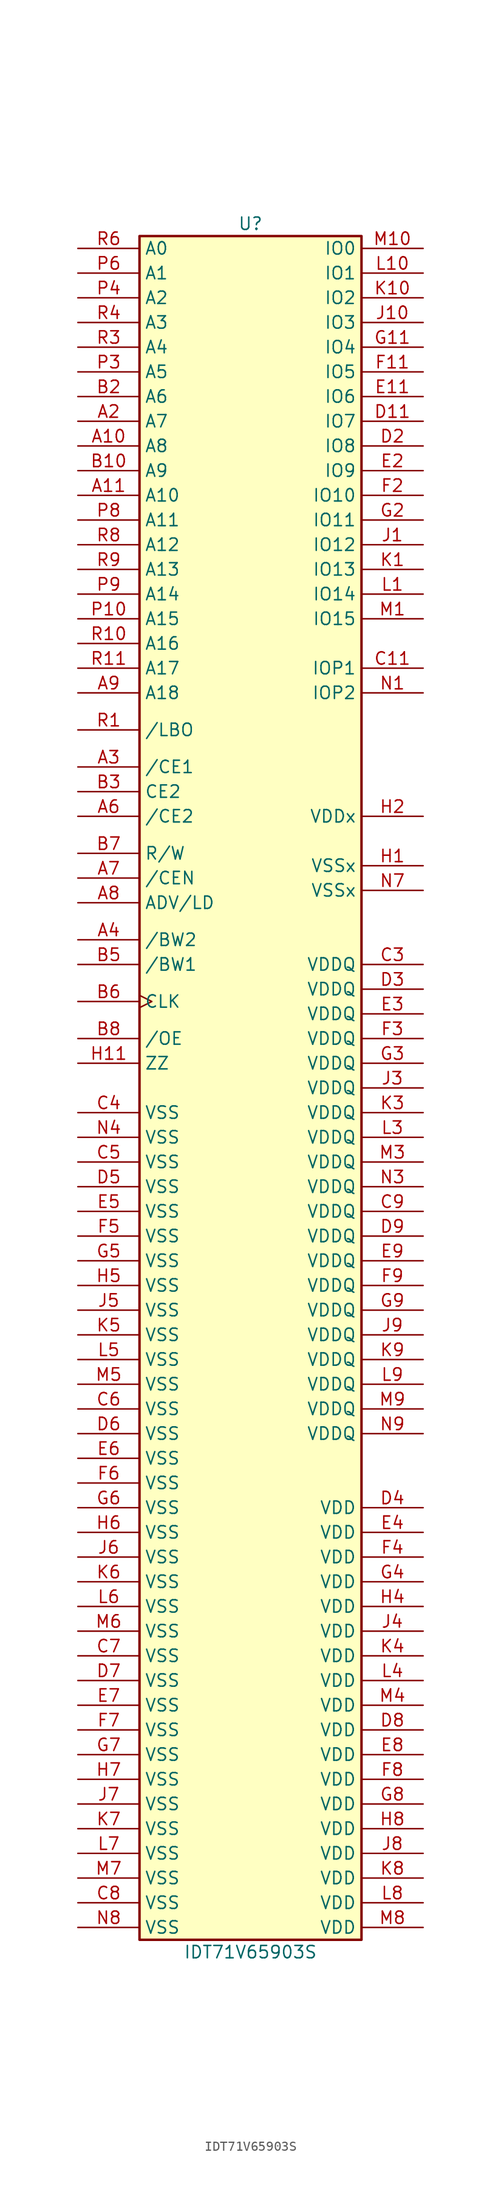
<source format=kicad_sym>
(kicad_symbol_lib
  (version 20211014)
  (generator kicad_symbol_editor)
  (symbol "IDT71V65903S"
    (property "Reference" "U"
      (at 0 88.9 0)
      (effects (font (size 1.27 1.27))))
    (property "Value" "IDT71V65903S"
      (at 0 -88.9 0)
      (effects (font (size 1.27 1.27))))
    (symbol "IDT71V65903S_0_1"
      (rectangle (start -11.43 87.63) (end 11.43 -87.63) (stroke (width 0.254) (type default) (color 0 0 0 0)) (fill (type background))))
    (symbol "IDT71V65903S_1_1"
      (pin input line (at -17.78 66.04 0) (length 6.35) (name "A8" (effects (font (size 1.27 1.27)))) (number "A10" (effects (font (size 1.27 1.27)))))
      (pin input line (at -17.78 60.96 0) (length 6.35) (name "A10" (effects (font (size 1.27 1.27)))) (number "A11" (effects (font (size 1.27 1.27)))))
      (pin input line (at -17.78 68.58 0) (length 6.35) (name "A7" (effects (font (size 1.27 1.27)))) (number "A2" (effects (font (size 1.27 1.27)))))
      (pin input line (at -17.78 33.02 0) (length 6.35) (name "/CE1" (effects (font (size 1.27 1.27)))) (number "A3" (effects (font (size 1.27 1.27)))))
      (pin input line (at -17.78 15.24 0) (length 6.35) (name "/BW2" (effects (font (size 1.27 1.27)))) (number "A4" (effects (font (size 1.27 1.27)))))
      (pin input line (at -17.78 27.94 0) (length 6.35) (name "/CE2" (effects (font (size 1.27 1.27)))) (number "A6" (effects (font (size 1.27 1.27)))))
      (pin input line (at -17.78 21.59 0) (length 6.35) (name "/CEN" (effects (font (size 1.27 1.27)))) (number "A7" (effects (font (size 1.27 1.27)))))
      (pin input line (at -17.78 19.05 0) (length 6.35) (name "ADV/LD" (effects (font (size 1.27 1.27)))) (number "A8" (effects (font (size 1.27 1.27)))))
      (pin input line (at -17.78 40.64 0) (length 6.35) (name "A18" (effects (font (size 1.27 1.27)))) (number "A9" (effects (font (size 1.27 1.27)))))
      (pin input line (at -17.78 63.5 0) (length 6.35) (name "A9" (effects (font (size 1.27 1.27)))) (number "B10" (effects (font (size 1.27 1.27)))))
      (pin input line (at -17.78 71.12 0) (length 6.35) (name "A6" (effects (font (size 1.27 1.27)))) (number "B2" (effects (font (size 1.27 1.27)))))
      (pin input line (at -17.78 30.48 0) (length 6.35) (name "CE2" (effects (font (size 1.27 1.27)))) (number "B3" (effects (font (size 1.27 1.27)))))
      (pin input line (at -17.78 12.7 0) (length 6.35) (name "/BW1" (effects (font (size 1.27 1.27)))) (number "B5" (effects (font (size 1.27 1.27)))))
      (pin input clock (at -17.78 8.89 0) (length 6.35) (name "CLK" (effects (font (size 1.27 1.27)))) (number "B6" (effects (font (size 1.27 1.27)))))
      (pin input line (at -17.78 24.13 0) (length 6.35) (name "R/W" (effects (font (size 1.27 1.27)))) (number "B7" (effects (font (size 1.27 1.27)))))
      (pin input line (at -17.78 5.08 0) (length 6.35) (name "/OE" (effects (font (size 1.27 1.27)))) (number "B8" (effects (font (size 1.27 1.27)))))
      (pin bidirectional line (at 17.78 43.18 180) (length 6.35) (name "IOP1" (effects (font (size 1.27 1.27)))) (number "C11" (effects (font (size 1.27 1.27)))))
      (pin power_in line (at 17.78 12.7 180) (length 6.35) (name "VDDQ" (effects (font (size 1.27 1.27)))) (number "C3" (effects (font (size 1.27 1.27)))))
      (pin passive line (at -17.78 -2.54 0) (length 6.35) (name "VSS" (effects (font (size 1.27 1.27)))) (number "C4" (effects (font (size 1.27 1.27)))))
      (pin passive line (at -17.78 -7.62 0) (length 6.35) (name "VSS" (effects (font (size 1.27 1.27)))) (number "C5" (effects (font (size 1.27 1.27)))))
      (pin passive line (at -17.78 -33.02 0) (length 6.35) (name "VSS" (effects (font (size 1.27 1.27)))) (number "C6" (effects (font (size 1.27 1.27)))))
      (pin passive line (at -17.78 -58.42 0) (length 6.35) (name "VSS" (effects (font (size 1.27 1.27)))) (number "C7" (effects (font (size 1.27 1.27)))))
      (pin passive line (at -17.78 -83.82 0) (length 6.35) (name "VSS" (effects (font (size 1.27 1.27)))) (number "C8" (effects (font (size 1.27 1.27)))))
      (pin passive line (at 17.78 -12.7 180) (length 6.35) (name "VDDQ" (effects (font (size 1.27 1.27)))) (number "C9" (effects (font (size 1.27 1.27)))))
      (pin bidirectional line (at 17.78 68.58 180) (length 6.35) (name "IO7" (effects (font (size 1.27 1.27)))) (number "D11" (effects (font (size 1.27 1.27)))))
      (pin bidirectional line (at 17.78 66.04 180) (length 6.35) (name "IO8" (effects (font (size 1.27 1.27)))) (number "D2" (effects (font (size 1.27 1.27)))))
      (pin passive line (at 17.78 10.16 180) (length 6.35) (name "VDDQ" (effects (font (size 1.27 1.27)))) (number "D3" (effects (font (size 1.27 1.27)))))
      (pin passive line (at 17.78 -43.18 180) (length 6.35) (name "VDD" (effects (font (size 1.27 1.27)))) (number "D4" (effects (font (size 1.27 1.27)))))
      (pin passive line (at -17.78 -10.16 0) (length 6.35) (name "VSS" (effects (font (size 1.27 1.27)))) (number "D5" (effects (font (size 1.27 1.27)))))
      (pin passive line (at -17.78 -35.56 0) (length 6.35) (name "VSS" (effects (font (size 1.27 1.27)))) (number "D6" (effects (font (size 1.27 1.27)))))
      (pin passive line (at -17.78 -60.96 0) (length 6.35) (name "VSS" (effects (font (size 1.27 1.27)))) (number "D7" (effects (font (size 1.27 1.27)))))
      (pin passive line (at 17.78 -66.04 180) (length 6.35) (name "VDD" (effects (font (size 1.27 1.27)))) (number "D8" (effects (font (size 1.27 1.27)))))
      (pin passive line (at 17.78 -15.24 180) (length 6.35) (name "VDDQ" (effects (font (size 1.27 1.27)))) (number "D9" (effects (font (size 1.27 1.27)))))
      (pin bidirectional line (at 17.78 71.12 180) (length 6.35) (name "IO6" (effects (font (size 1.27 1.27)))) (number "E11" (effects (font (size 1.27 1.27)))))
      (pin bidirectional line (at 17.78 63.5 180) (length 6.35) (name "IO9" (effects (font (size 1.27 1.27)))) (number "E2" (effects (font (size 1.27 1.27)))))
      (pin passive line (at 17.78 7.62 180) (length 6.35) (name "VDDQ" (effects (font (size 1.27 1.27)))) (number "E3" (effects (font (size 1.27 1.27)))))
      (pin passive line (at 17.78 -45.72 180) (length 6.35) (name "VDD" (effects (font (size 1.27 1.27)))) (number "E4" (effects (font (size 1.27 1.27)))))
      (pin passive line (at -17.78 -12.7 0) (length 6.35) (name "VSS" (effects (font (size 1.27 1.27)))) (number "E5" (effects (font (size 1.27 1.27)))))
      (pin passive line (at -17.78 -38.1 0) (length 6.35) (name "VSS" (effects (font (size 1.27 1.27)))) (number "E6" (effects (font (size 1.27 1.27)))))
      (pin passive line (at -17.78 -63.5 0) (length 6.35) (name "VSS" (effects (font (size 1.27 1.27)))) (number "E7" (effects (font (size 1.27 1.27)))))
      (pin passive line (at 17.78 -68.58 180) (length 6.35) (name "VDD" (effects (font (size 1.27 1.27)))) (number "E8" (effects (font (size 1.27 1.27)))))
      (pin passive line (at 17.78 -17.78 180) (length 6.35) (name "VDDQ" (effects (font (size 1.27 1.27)))) (number "E9" (effects (font (size 1.27 1.27)))))
      (pin bidirectional line (at 17.78 73.66 180) (length 6.35) (name "IO5" (effects (font (size 1.27 1.27)))) (number "F11" (effects (font (size 1.27 1.27)))))
      (pin bidirectional line (at 17.78 60.96 180) (length 6.35) (name "IO10" (effects (font (size 1.27 1.27)))) (number "F2" (effects (font (size 1.27 1.27)))))
      (pin passive line (at 17.78 5.08 180) (length 6.35) (name "VDDQ" (effects (font (size 1.27 1.27)))) (number "F3" (effects (font (size 1.27 1.27)))))
      (pin passive line (at 17.78 -48.26 180) (length 6.35) (name "VDD" (effects (font (size 1.27 1.27)))) (number "F4" (effects (font (size 1.27 1.27)))))
      (pin passive line (at -17.78 -15.24 0) (length 6.35) (name "VSS" (effects (font (size 1.27 1.27)))) (number "F5" (effects (font (size 1.27 1.27)))))
      (pin passive line (at -17.78 -40.64 0) (length 6.35) (name "VSS" (effects (font (size 1.27 1.27)))) (number "F6" (effects (font (size 1.27 1.27)))))
      (pin passive line (at -17.78 -66.04 0) (length 6.35) (name "VSS" (effects (font (size 1.27 1.27)))) (number "F7" (effects (font (size 1.27 1.27)))))
      (pin passive line (at 17.78 -71.12 180) (length 6.35) (name "VDD" (effects (font (size 1.27 1.27)))) (number "F8" (effects (font (size 1.27 1.27)))))
      (pin passive line (at 17.78 -20.32 180) (length 6.35) (name "VDDQ" (effects (font (size 1.27 1.27)))) (number "F9" (effects (font (size 1.27 1.27)))))
      (pin bidirectional line (at 17.78 76.2 180) (length 6.35) (name "IO4" (effects (font (size 1.27 1.27)))) (number "G11" (effects (font (size 1.27 1.27)))))
      (pin bidirectional line (at 17.78 58.42 180) (length 6.35) (name "IO11" (effects (font (size 1.27 1.27)))) (number "G2" (effects (font (size 1.27 1.27)))))
      (pin passive line (at 17.78 2.54 180) (length 6.35) (name "VDDQ" (effects (font (size 1.27 1.27)))) (number "G3" (effects (font (size 1.27 1.27)))))
      (pin passive line (at 17.78 -50.8 180) (length 6.35) (name "VDD" (effects (font (size 1.27 1.27)))) (number "G4" (effects (font (size 1.27 1.27)))))
      (pin passive line (at -17.78 -17.78 0) (length 6.35) (name "VSS" (effects (font (size 1.27 1.27)))) (number "G5" (effects (font (size 1.27 1.27)))))
      (pin passive line (at -17.78 -43.18 0) (length 6.35) (name "VSS" (effects (font (size 1.27 1.27)))) (number "G6" (effects (font (size 1.27 1.27)))))
      (pin passive line (at -17.78 -68.58 0) (length 6.35) (name "VSS" (effects (font (size 1.27 1.27)))) (number "G7" (effects (font (size 1.27 1.27)))))
      (pin passive line (at 17.78 -73.66 180) (length 6.35) (name "VDD" (effects (font (size 1.27 1.27)))) (number "G8" (effects (font (size 1.27 1.27)))))
      (pin passive line (at 17.78 -22.86 180) (length 6.35) (name "VDDQ" (effects (font (size 1.27 1.27)))) (number "G9" (effects (font (size 1.27 1.27)))))
      (pin passive line (at 17.78 22.86 180) (length 6.35) (name "VSSx" (effects (font (size 1.27 1.27)))) (number "H1" (effects (font (size 1.27 1.27)))))
      (pin input line (at -17.78 2.54 0) (length 6.35) (name "ZZ" (effects (font (size 1.27 1.27)))) (number "H11" (effects (font (size 1.27 1.27)))))
      (pin passive line (at 17.78 27.94 180) (length 6.35) (name "VDDx" (effects (font (size 1.27 1.27)))) (number "H2" (effects (font (size 1.27 1.27)))))
      (pin passive line (at 17.78 -53.34 180) (length 6.35) (name "VDD" (effects (font (size 1.27 1.27)))) (number "H4" (effects (font (size 1.27 1.27)))))
      (pin passive line (at -17.78 -20.32 0) (length 6.35) (name "VSS" (effects (font (size 1.27 1.27)))) (number "H5" (effects (font (size 1.27 1.27)))))
      (pin passive line (at -17.78 -45.72 0) (length 6.35) (name "VSS" (effects (font (size 1.27 1.27)))) (number "H6" (effects (font (size 1.27 1.27)))))
      (pin passive line (at -17.78 -71.12 0) (length 6.35) (name "VSS" (effects (font (size 1.27 1.27)))) (number "H7" (effects (font (size 1.27 1.27)))))
      (pin passive line (at 17.78 -76.2 180) (length 6.35) (name "VDD" (effects (font (size 1.27 1.27)))) (number "H8" (effects (font (size 1.27 1.27)))))
      (pin bidirectional line (at 17.78 55.88 180) (length 6.35) (name "IO12" (effects (font (size 1.27 1.27)))) (number "J1" (effects (font (size 1.27 1.27)))))
      (pin bidirectional line (at 17.78 78.74 180) (length 6.35) (name "IO3" (effects (font (size 1.27 1.27)))) (number "J10" (effects (font (size 1.27 1.27)))))
      (pin passive line (at 17.78 0 180) (length 6.35) (name "VDDQ" (effects (font (size 1.27 1.27)))) (number "J3" (effects (font (size 1.27 1.27)))))
      (pin passive line (at 17.78 -55.88 180) (length 6.35) (name "VDD" (effects (font (size 1.27 1.27)))) (number "J4" (effects (font (size 1.27 1.27)))))
      (pin passive line (at -17.78 -22.86 0) (length 6.35) (name "VSS" (effects (font (size 1.27 1.27)))) (number "J5" (effects (font (size 1.27 1.27)))))
      (pin passive line (at -17.78 -48.26 0) (length 6.35) (name "VSS" (effects (font (size 1.27 1.27)))) (number "J6" (effects (font (size 1.27 1.27)))))
      (pin passive line (at -17.78 -73.66 0) (length 6.35) (name "VSS" (effects (font (size 1.27 1.27)))) (number "J7" (effects (font (size 1.27 1.27)))))
      (pin passive line (at 17.78 -78.74 180) (length 6.35) (name "VDD" (effects (font (size 1.27 1.27)))) (number "J8" (effects (font (size 1.27 1.27)))))
      (pin passive line (at 17.78 -25.4 180) (length 6.35) (name "VDDQ" (effects (font (size 1.27 1.27)))) (number "J9" (effects (font (size 1.27 1.27)))))
      (pin bidirectional line (at 17.78 53.34 180) (length 6.35) (name "IO13" (effects (font (size 1.27 1.27)))) (number "K1" (effects (font (size 1.27 1.27)))))
      (pin bidirectional line (at 17.78 81.28 180) (length 6.35) (name "IO2" (effects (font (size 1.27 1.27)))) (number "K10" (effects (font (size 1.27 1.27)))))
      (pin passive line (at 17.78 -2.54 180) (length 6.35) (name "VDDQ" (effects (font (size 1.27 1.27)))) (number "K3" (effects (font (size 1.27 1.27)))))
      (pin passive line (at 17.78 -58.42 180) (length 6.35) (name "VDD" (effects (font (size 1.27 1.27)))) (number "K4" (effects (font (size 1.27 1.27)))))
      (pin passive line (at -17.78 -25.4 0) (length 6.35) (name "VSS" (effects (font (size 1.27 1.27)))) (number "K5" (effects (font (size 1.27 1.27)))))
      (pin passive line (at -17.78 -50.8 0) (length 6.35) (name "VSS" (effects (font (size 1.27 1.27)))) (number "K6" (effects (font (size 1.27 1.27)))))
      (pin passive line (at -17.78 -76.2 0) (length 6.35) (name "VSS" (effects (font (size 1.27 1.27)))) (number "K7" (effects (font (size 1.27 1.27)))))
      (pin passive line (at 17.78 -81.28 180) (length 6.35) (name "VDD" (effects (font (size 1.27 1.27)))) (number "K8" (effects (font (size 1.27 1.27)))))
      (pin passive line (at 17.78 -27.94 180) (length 6.35) (name "VDDQ" (effects (font (size 1.27 1.27)))) (number "K9" (effects (font (size 1.27 1.27)))))
      (pin bidirectional line (at 17.78 50.8 180) (length 6.35) (name "IO14" (effects (font (size 1.27 1.27)))) (number "L1" (effects (font (size 1.27 1.27)))))
      (pin bidirectional line (at 17.78 83.82 180) (length 6.35) (name "IO1" (effects (font (size 1.27 1.27)))) (number "L10" (effects (font (size 1.27 1.27)))))
      (pin passive line (at 17.78 -5.08 180) (length 6.35) (name "VDDQ" (effects (font (size 1.27 1.27)))) (number "L3" (effects (font (size 1.27 1.27)))))
      (pin passive line (at 17.78 -60.96 180) (length 6.35) (name "VDD" (effects (font (size 1.27 1.27)))) (number "L4" (effects (font (size 1.27 1.27)))))
      (pin passive line (at -17.78 -27.94 0) (length 6.35) (name "VSS" (effects (font (size 1.27 1.27)))) (number "L5" (effects (font (size 1.27 1.27)))))
      (pin passive line (at -17.78 -53.34 0) (length 6.35) (name "VSS" (effects (font (size 1.27 1.27)))) (number "L6" (effects (font (size 1.27 1.27)))))
      (pin passive line (at -17.78 -78.74 0) (length 6.35) (name "VSS" (effects (font (size 1.27 1.27)))) (number "L7" (effects (font (size 1.27 1.27)))))
      (pin passive line (at 17.78 -83.82 180) (length 6.35) (name "VDD" (effects (font (size 1.27 1.27)))) (number "L8" (effects (font (size 1.27 1.27)))))
      (pin passive line (at 17.78 -30.48 180) (length 6.35) (name "VDDQ" (effects (font (size 1.27 1.27)))) (number "L9" (effects (font (size 1.27 1.27)))))
      (pin bidirectional line (at 17.78 48.26 180) (length 6.35) (name "IO15" (effects (font (size 1.27 1.27)))) (number "M1" (effects (font (size 1.27 1.27)))))
      (pin bidirectional line (at 17.78 86.36 180) (length 6.35) (name "IO0" (effects (font (size 1.27 1.27)))) (number "M10" (effects (font (size 1.27 1.27)))))
      (pin passive line (at 17.78 -7.62 180) (length 6.35) (name "VDDQ" (effects (font (size 1.27 1.27)))) (number "M3" (effects (font (size 1.27 1.27)))))
      (pin passive line (at 17.78 -63.5 180) (length 6.35) (name "VDD" (effects (font (size 1.27 1.27)))) (number "M4" (effects (font (size 1.27 1.27)))))
      (pin passive line (at -17.78 -30.48 0) (length 6.35) (name "VSS" (effects (font (size 1.27 1.27)))) (number "M5" (effects (font (size 1.27 1.27)))))
      (pin passive line (at -17.78 -55.88 0) (length 6.35) (name "VSS" (effects (font (size 1.27 1.27)))) (number "M6" (effects (font (size 1.27 1.27)))))
      (pin passive line (at -17.78 -81.28 0) (length 6.35) (name "VSS" (effects (font (size 1.27 1.27)))) (number "M7" (effects (font (size 1.27 1.27)))))
      (pin passive line (at 17.78 -86.36 180) (length 6.35) (name "VDD" (effects (font (size 1.27 1.27)))) (number "M8" (effects (font (size 1.27 1.27)))))
      (pin passive line (at 17.78 -33.02 180) (length 6.35) (name "VDDQ" (effects (font (size 1.27 1.27)))) (number "M9" (effects (font (size 1.27 1.27)))))
      (pin bidirectional line (at 17.78 40.64 180) (length 6.35) (name "IOP2" (effects (font (size 1.27 1.27)))) (number "N1" (effects (font (size 1.27 1.27)))))
      (pin passive line (at 17.78 -10.16 180) (length 6.35) (name "VDDQ" (effects (font (size 1.27 1.27)))) (number "N3" (effects (font (size 1.27 1.27)))))
      (pin passive line (at -17.78 -5.08 0) (length 6.35) (name "VSS" (effects (font (size 1.27 1.27)))) (number "N4" (effects (font (size 1.27 1.27)))))
      (pin passive line (at 17.78 20.32 180) (length 6.35) (name "VSSx" (effects (font (size 1.27 1.27)))) (number "N7" (effects (font (size 1.27 1.27)))))
      (pin passive line (at -17.78 -86.36 0) (length 6.35) (name "VSS" (effects (font (size 1.27 1.27)))) (number "N8" (effects (font (size 1.27 1.27)))))
      (pin power_in line (at 17.78 -35.56 180) (length 6.35) (name "VDDQ" (effects (font (size 1.27 1.27)))) (number "N9" (effects (font (size 1.27 1.27)))))
      (pin input line (at -17.78 48.26 0) (length 6.35) (name "A15" (effects (font (size 1.27 1.27)))) (number "P10" (effects (font (size 1.27 1.27)))))
      (pin input line (at -17.78 73.66 0) (length 6.35) (name "A5" (effects (font (size 1.27 1.27)))) (number "P3" (effects (font (size 1.27 1.27)))))
      (pin input line (at -17.78 81.28 0) (length 6.35) (name "A2" (effects (font (size 1.27 1.27)))) (number "P4" (effects (font (size 1.27 1.27)))))
      (pin input line (at -17.78 83.82 0) (length 6.35) (name "A1" (effects (font (size 1.27 1.27)))) (number "P6" (effects (font (size 1.27 1.27)))))
      (pin input line (at -17.78 58.42 0) (length 6.35) (name "A11" (effects (font (size 1.27 1.27)))) (number "P8" (effects (font (size 1.27 1.27)))))
      (pin input line (at -17.78 50.8 0) (length 6.35) (name "A14" (effects (font (size 1.27 1.27)))) (number "P9" (effects (font (size 1.27 1.27)))))
      (pin input line (at -17.78 36.83 0) (length 6.35) (name "/LBO" (effects (font (size 1.27 1.27)))) (number "R1" (effects (font (size 1.27 1.27)))))
      (pin input line (at -17.78 45.72 0) (length 6.35) (name "A16" (effects (font (size 1.27 1.27)))) (number "R10" (effects (font (size 1.27 1.27)))))
      (pin input line (at -17.78 43.18 0) (length 6.35) (name "A17" (effects (font (size 1.27 1.27)))) (number "R11" (effects (font (size 1.27 1.27)))))
      (pin input line (at -17.78 76.2 0) (length 6.35) (name "A4" (effects (font (size 1.27 1.27)))) (number "R3" (effects (font (size 1.27 1.27)))))
      (pin input line (at -17.78 78.74 0) (length 6.35) (name "A3" (effects (font (size 1.27 1.27)))) (number "R4" (effects (font (size 1.27 1.27)))))
      (pin input line (at -17.78 86.36 0) (length 6.35) (name "A0" (effects (font (size 1.27 1.27)))) (number "R6" (effects (font (size 1.27 1.27)))))
      (pin input line (at -17.78 55.88 0) (length 6.35) (name "A12" (effects (font (size 1.27 1.27)))) (number "R8" (effects (font (size 1.27 1.27)))))
      (pin input line (at -17.78 53.34 0) (length 6.35) (name "A13" (effects (font (size 1.27 1.27)))) (number "R9" (effects (font (size 1.27 1.27))))))))
</source>
